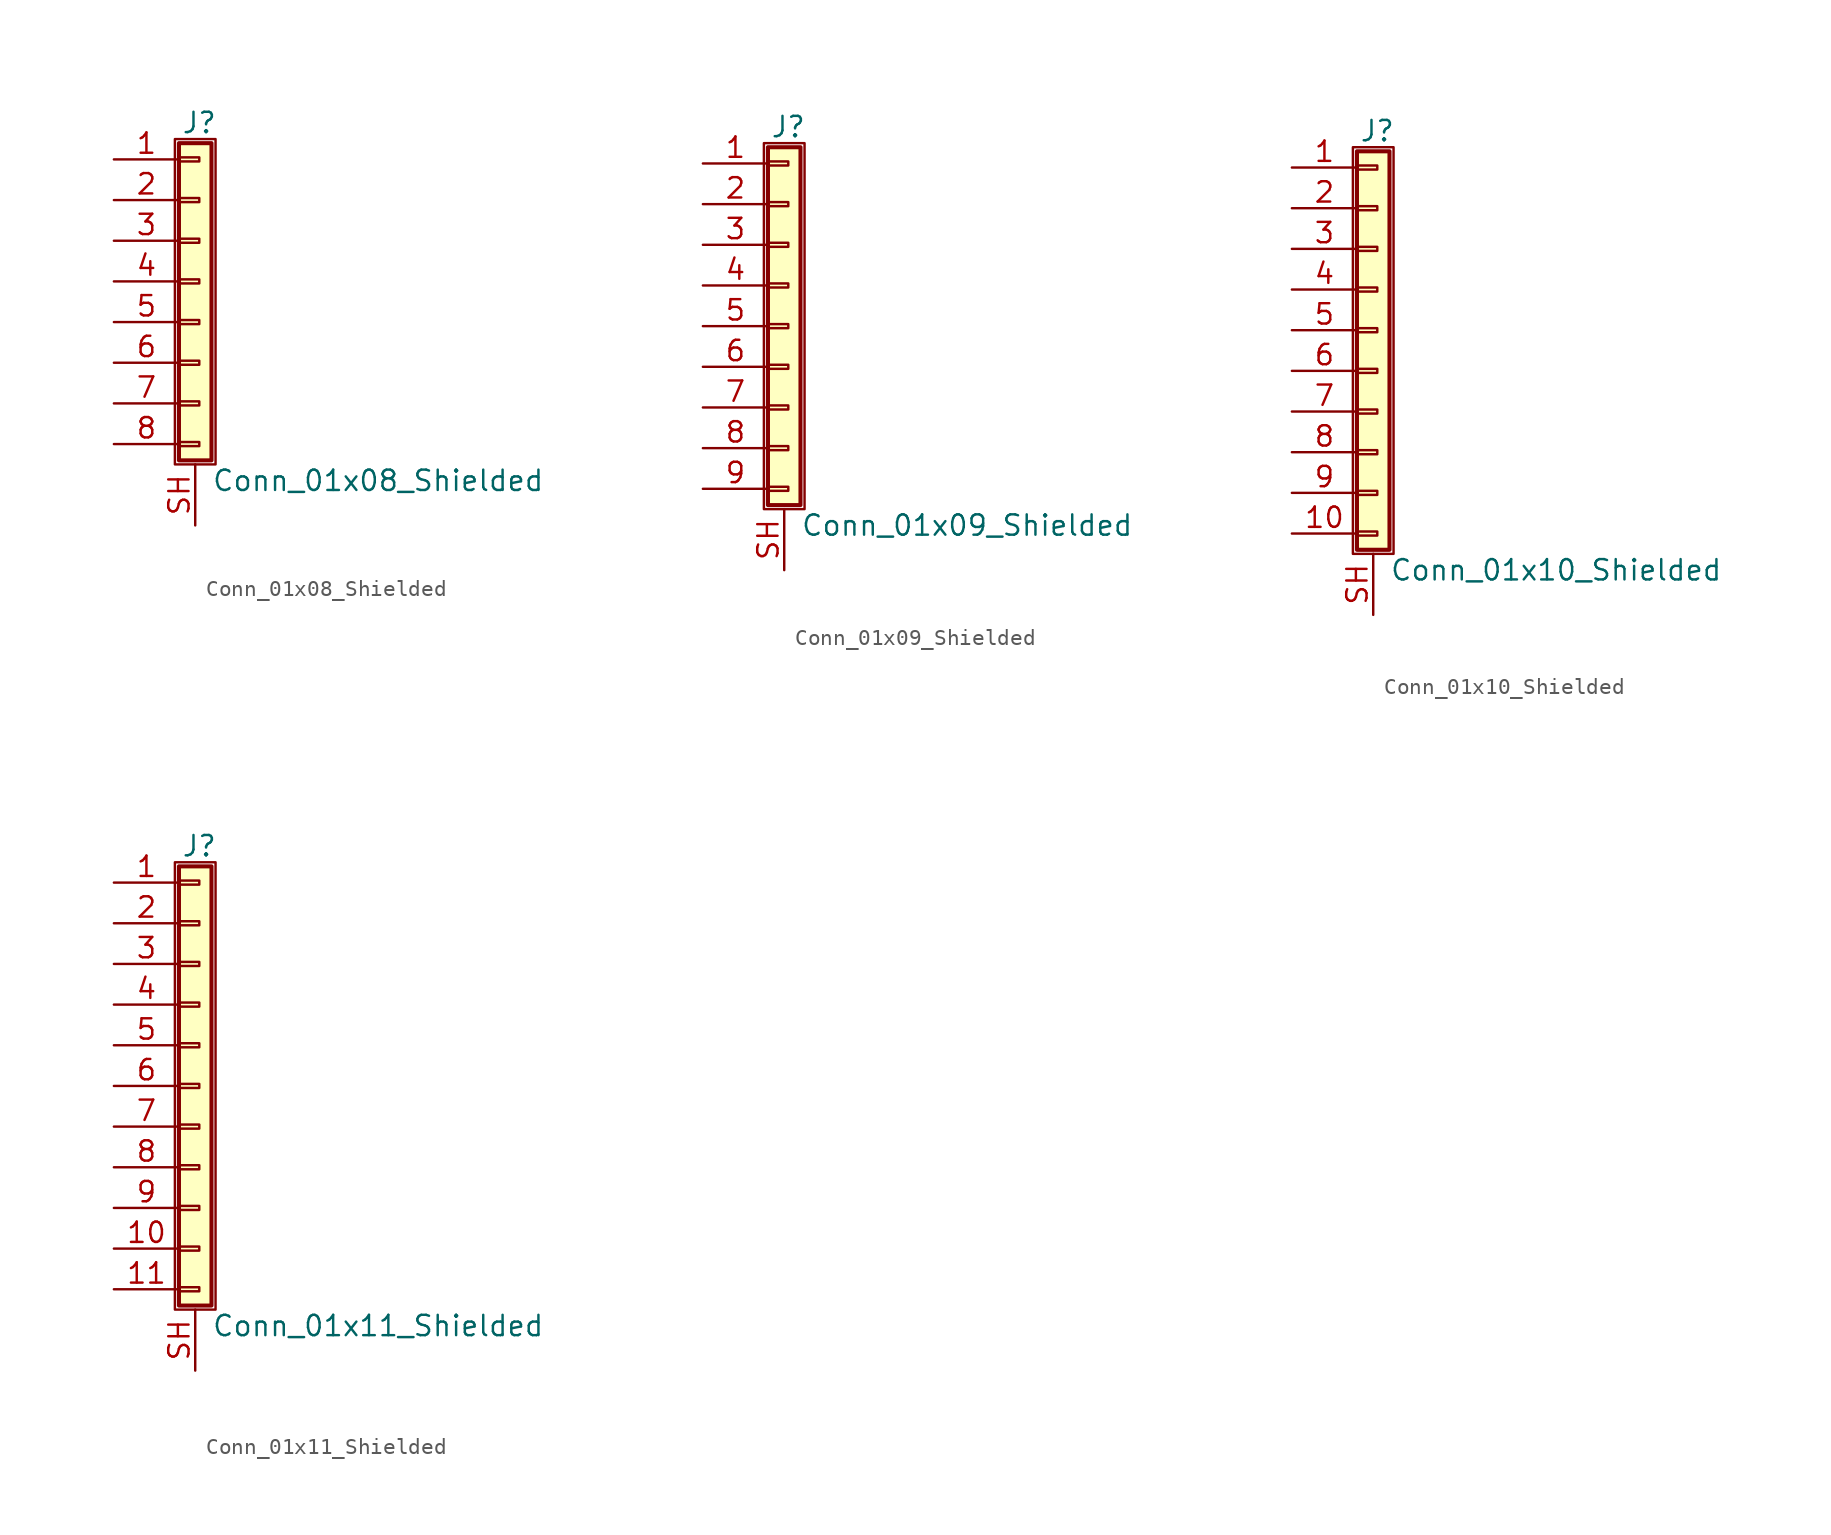
<source format=kicad_sym>
(kicad_symbol_lib
  (version 20211014)
  (generator kicad_symbol_editor)
  (symbol "Conn_01x08_Shielded"
    (pin_names
      (offset 1.016) hide)
    (property "Reference" "J"
      (at 0.254 9.906 0)
      (effects (font (size 1.27 1.27))))
    (property "Value" "Conn_01x08_Shielded"
      (at 1.016 -12.446 0)
      (effects (font (size 1.27 1.27)) (justify left)))
    (symbol "Conn_01x08_Shielded_1_1"
      (rectangle (start -1.27 8.89) (end 1.27 -11.43) (stroke (width 0.152) (type default) (color 0 0 0 0)) (fill (type none)))
      (rectangle (start -1.016 -10.033) (end 0.254 -10.287) (stroke (width 0.152) (type default) (color 0 0 0 0)) (fill (type none)))
      (rectangle (start -1.016 -7.493) (end 0.254 -7.747) (stroke (width 0.152) (type default) (color 0 0 0 0)) (fill (type none)))
      (rectangle (start -1.016 -4.953) (end 0.254 -5.207) (stroke (width 0.152) (type default) (color 0 0 0 0)) (fill (type none)))
      (rectangle (start -1.016 -2.413) (end 0.254 -2.667) (stroke (width 0.152) (type default) (color 0 0 0 0)) (fill (type none)))
      (rectangle (start -1.016 0.127) (end 0.254 -0.127) (stroke (width 0.152) (type default) (color 0 0 0 0)) (fill (type none)))
      (rectangle (start -1.016 2.667) (end 0.254 2.413) (stroke (width 0.152) (type default) (color 0 0 0 0)) (fill (type none)))
      (rectangle (start -1.016 5.207) (end 0.254 4.953) (stroke (width 0.152) (type default) (color 0 0 0 0)) (fill (type none)))
      (rectangle (start -1.016 7.747) (end 0.254 7.493) (stroke (width 0.152) (type default) (color 0 0 0 0)) (fill (type none)))
      (rectangle (start -1.016 8.636) (end 1.016 -11.176) (stroke (width 0.254) (type default) (color 0 0 0 0)) (fill (type background)))
      (pin passive line (at -5.08 7.62 0) (length 4.064) (name "Pin_1" (effects (font (size 1.27 1.27)))) (number "1" (effects (font (size 1.27 1.27)))))
      (pin passive line (at -5.08 5.08 0) (length 4.064) (name "Pin_2" (effects (font (size 1.27 1.27)))) (number "2" (effects (font (size 1.27 1.27)))))
      (pin passive line (at -5.08 2.54 0) (length 4.064) (name "Pin_3" (effects (font (size 1.27 1.27)))) (number "3" (effects (font (size 1.27 1.27)))))
      (pin passive line (at -5.08 0 0) (length 4.064) (name "Pin_4" (effects (font (size 1.27 1.27)))) (number "4" (effects (font (size 1.27 1.27)))))
      (pin passive line (at -5.08 -2.54 0) (length 4.064) (name "Pin_5" (effects (font (size 1.27 1.27)))) (number "5" (effects (font (size 1.27 1.27)))))
      (pin passive line (at -5.08 -5.08 0) (length 4.064) (name "Pin_6" (effects (font (size 1.27 1.27)))) (number "6" (effects (font (size 1.27 1.27)))))
      (pin passive line (at -5.08 -7.62 0) (length 4.064) (name "Pin_7" (effects (font (size 1.27 1.27)))) (number "7" (effects (font (size 1.27 1.27)))))
      (pin passive line (at -5.08 -10.16 0) (length 4.064) (name "Pin_8" (effects (font (size 1.27 1.27)))) (number "8" (effects (font (size 1.27 1.27)))))
      (pin passive line (at 0 -15.24 90) (length 3.81) (name "Shield" (effects (font (size 1.27 1.27)))) (number "SH" (effects (font (size 1.27 1.27)))))))
  (symbol "Conn_01x09_Shielded"
    (pin_names
      (offset 1.016) hide)
    (property "Reference" "J"
      (at 0.254 12.446 0)
      (effects (font (size 1.27 1.27))))
    (property "Value" "Conn_01x09_Shielded"
      (at 1.016 -12.446 0)
      (effects (font (size 1.27 1.27)) (justify left)))
    (symbol "Conn_01x09_Shielded_1_1"
      (rectangle (start -1.27 11.43) (end 1.27 -11.43) (stroke (width 0.152) (type default) (color 0 0 0 0)) (fill (type none)))
      (rectangle (start -1.016 -10.033) (end 0.254 -10.287) (stroke (width 0.152) (type default) (color 0 0 0 0)) (fill (type none)))
      (rectangle (start -1.016 -7.493) (end 0.254 -7.747) (stroke (width 0.152) (type default) (color 0 0 0 0)) (fill (type none)))
      (rectangle (start -1.016 -4.953) (end 0.254 -5.207) (stroke (width 0.152) (type default) (color 0 0 0 0)) (fill (type none)))
      (rectangle (start -1.016 -2.413) (end 0.254 -2.667) (stroke (width 0.152) (type default) (color 0 0 0 0)) (fill (type none)))
      (rectangle (start -1.016 0.127) (end 0.254 -0.127) (stroke (width 0.152) (type default) (color 0 0 0 0)) (fill (type none)))
      (rectangle (start -1.016 2.667) (end 0.254 2.413) (stroke (width 0.152) (type default) (color 0 0 0 0)) (fill (type none)))
      (rectangle (start -1.016 5.207) (end 0.254 4.953) (stroke (width 0.152) (type default) (color 0 0 0 0)) (fill (type none)))
      (rectangle (start -1.016 7.747) (end 0.254 7.493) (stroke (width 0.152) (type default) (color 0 0 0 0)) (fill (type none)))
      (rectangle (start -1.016 10.287) (end 0.254 10.033) (stroke (width 0.152) (type default) (color 0 0 0 0)) (fill (type none)))
      (rectangle (start -1.016 11.176) (end 1.016 -11.176) (stroke (width 0.254) (type default) (color 0 0 0 0)) (fill (type background)))
      (pin passive line (at -5.08 10.16 0) (length 4.064) (name "Pin_1" (effects (font (size 1.27 1.27)))) (number "1" (effects (font (size 1.27 1.27)))))
      (pin passive line (at -5.08 7.62 0) (length 4.064) (name "Pin_2" (effects (font (size 1.27 1.27)))) (number "2" (effects (font (size 1.27 1.27)))))
      (pin passive line (at -5.08 5.08 0) (length 4.064) (name "Pin_3" (effects (font (size 1.27 1.27)))) (number "3" (effects (font (size 1.27 1.27)))))
      (pin passive line (at -5.08 2.54 0) (length 4.064) (name "Pin_4" (effects (font (size 1.27 1.27)))) (number "4" (effects (font (size 1.27 1.27)))))
      (pin passive line (at -5.08 0 0) (length 4.064) (name "Pin_5" (effects (font (size 1.27 1.27)))) (number "5" (effects (font (size 1.27 1.27)))))
      (pin passive line (at -5.08 -2.54 0) (length 4.064) (name "Pin_6" (effects (font (size 1.27 1.27)))) (number "6" (effects (font (size 1.27 1.27)))))
      (pin passive line (at -5.08 -5.08 0) (length 4.064) (name "Pin_7" (effects (font (size 1.27 1.27)))) (number "7" (effects (font (size 1.27 1.27)))))
      (pin passive line (at -5.08 -7.62 0) (length 4.064) (name "Pin_8" (effects (font (size 1.27 1.27)))) (number "8" (effects (font (size 1.27 1.27)))))
      (pin passive line (at -5.08 -10.16 0) (length 4.064) (name "Pin_9" (effects (font (size 1.27 1.27)))) (number "9" (effects (font (size 1.27 1.27)))))
      (pin passive line (at 0 -15.24 90) (length 3.81) (name "Shield" (effects (font (size 1.27 1.27)))) (number "SH" (effects (font (size 1.27 1.27)))))))
  (symbol "Conn_01x10_Shielded"
    (pin_names
      (offset 1.016) hide)
    (property "Reference" "J"
      (at 0.254 12.446 0)
      (effects (font (size 1.27 1.27))))
    (property "Value" "Conn_01x10_Shielded"
      (at 1.016 -14.986 0)
      (effects (font (size 1.27 1.27)) (justify left)))
    (symbol "Conn_01x10_Shielded_1_1"
      (rectangle (start -1.27 11.43) (end 1.27 -13.97) (stroke (width 0.152) (type default) (color 0 0 0 0)) (fill (type none)))
      (rectangle (start -1.016 -12.573) (end 0.254 -12.827) (stroke (width 0.152) (type default) (color 0 0 0 0)) (fill (type none)))
      (rectangle (start -1.016 -10.033) (end 0.254 -10.287) (stroke (width 0.152) (type default) (color 0 0 0 0)) (fill (type none)))
      (rectangle (start -1.016 -7.493) (end 0.254 -7.747) (stroke (width 0.152) (type default) (color 0 0 0 0)) (fill (type none)))
      (rectangle (start -1.016 -4.953) (end 0.254 -5.207) (stroke (width 0.152) (type default) (color 0 0 0 0)) (fill (type none)))
      (rectangle (start -1.016 -2.413) (end 0.254 -2.667) (stroke (width 0.152) (type default) (color 0 0 0 0)) (fill (type none)))
      (rectangle (start -1.016 0.127) (end 0.254 -0.127) (stroke (width 0.152) (type default) (color 0 0 0 0)) (fill (type none)))
      (rectangle (start -1.016 2.667) (end 0.254 2.413) (stroke (width 0.152) (type default) (color 0 0 0 0)) (fill (type none)))
      (rectangle (start -1.016 5.207) (end 0.254 4.953) (stroke (width 0.152) (type default) (color 0 0 0 0)) (fill (type none)))
      (rectangle (start -1.016 7.747) (end 0.254 7.493) (stroke (width 0.152) (type default) (color 0 0 0 0)) (fill (type none)))
      (rectangle (start -1.016 10.287) (end 0.254 10.033) (stroke (width 0.152) (type default) (color 0 0 0 0)) (fill (type none)))
      (rectangle (start -1.016 11.176) (end 1.016 -13.716) (stroke (width 0.254) (type default) (color 0 0 0 0)) (fill (type background)))
      (pin passive line (at -5.08 10.16 0) (length 4.064) (name "Pin_1" (effects (font (size 1.27 1.27)))) (number "1" (effects (font (size 1.27 1.27)))))
      (pin passive line (at -5.08 -12.7 0) (length 4.064) (name "Pin_10" (effects (font (size 1.27 1.27)))) (number "10" (effects (font (size 1.27 1.27)))))
      (pin passive line (at -5.08 7.62 0) (length 4.064) (name "Pin_2" (effects (font (size 1.27 1.27)))) (number "2" (effects (font (size 1.27 1.27)))))
      (pin passive line (at -5.08 5.08 0) (length 4.064) (name "Pin_3" (effects (font (size 1.27 1.27)))) (number "3" (effects (font (size 1.27 1.27)))))
      (pin passive line (at -5.08 2.54 0) (length 4.064) (name "Pin_4" (effects (font (size 1.27 1.27)))) (number "4" (effects (font (size 1.27 1.27)))))
      (pin passive line (at -5.08 0 0) (length 4.064) (name "Pin_5" (effects (font (size 1.27 1.27)))) (number "5" (effects (font (size 1.27 1.27)))))
      (pin passive line (at -5.08 -2.54 0) (length 4.064) (name "Pin_6" (effects (font (size 1.27 1.27)))) (number "6" (effects (font (size 1.27 1.27)))))
      (pin passive line (at -5.08 -5.08 0) (length 4.064) (name "Pin_7" (effects (font (size 1.27 1.27)))) (number "7" (effects (font (size 1.27 1.27)))))
      (pin passive line (at -5.08 -7.62 0) (length 4.064) (name "Pin_8" (effects (font (size 1.27 1.27)))) (number "8" (effects (font (size 1.27 1.27)))))
      (pin passive line (at -5.08 -10.16 0) (length 4.064) (name "Pin_9" (effects (font (size 1.27 1.27)))) (number "9" (effects (font (size 1.27 1.27)))))
      (pin passive line (at 0 -17.78 90) (length 3.81) (name "Shield" (effects (font (size 1.27 1.27)))) (number "SH" (effects (font (size 1.27 1.27)))))))
  (symbol "Conn_01x11_Shielded"
    (pin_names
      (offset 1.016) hide)
    (property "Reference" "J"
      (at 0.254 14.986 0)
      (effects (font (size 1.27 1.27))))
    (property "Value" "Conn_01x11_Shielded"
      (at 1.016 -14.986 0)
      (effects (font (size 1.27 1.27)) (justify left)))
    (symbol "Conn_01x11_Shielded_1_1"
      (rectangle (start -1.27 13.97) (end 1.27 -13.97) (stroke (width 0.152) (type default) (color 0 0 0 0)) (fill (type none)))
      (rectangle (start -1.016 -12.573) (end 0.254 -12.827) (stroke (width 0.152) (type default) (color 0 0 0 0)) (fill (type none)))
      (rectangle (start -1.016 -10.033) (end 0.254 -10.287) (stroke (width 0.152) (type default) (color 0 0 0 0)) (fill (type none)))
      (rectangle (start -1.016 -7.493) (end 0.254 -7.747) (stroke (width 0.152) (type default) (color 0 0 0 0)) (fill (type none)))
      (rectangle (start -1.016 -4.953) (end 0.254 -5.207) (stroke (width 0.152) (type default) (color 0 0 0 0)) (fill (type none)))
      (rectangle (start -1.016 -2.413) (end 0.254 -2.667) (stroke (width 0.152) (type default) (color 0 0 0 0)) (fill (type none)))
      (rectangle (start -1.016 0.127) (end 0.254 -0.127) (stroke (width 0.152) (type default) (color 0 0 0 0)) (fill (type none)))
      (rectangle (start -1.016 2.667) (end 0.254 2.413) (stroke (width 0.152) (type default) (color 0 0 0 0)) (fill (type none)))
      (rectangle (start -1.016 5.207) (end 0.254 4.953) (stroke (width 0.152) (type default) (color 0 0 0 0)) (fill (type none)))
      (rectangle (start -1.016 7.747) (end 0.254 7.493) (stroke (width 0.152) (type default) (color 0 0 0 0)) (fill (type none)))
      (rectangle (start -1.016 10.287) (end 0.254 10.033) (stroke (width 0.152) (type default) (color 0 0 0 0)) (fill (type none)))
      (rectangle (start -1.016 12.827) (end 0.254 12.573) (stroke (width 0.152) (type default) (color 0 0 0 0)) (fill (type none)))
      (rectangle (start -1.016 13.716) (end 1.016 -13.716) (stroke (width 0.254) (type default) (color 0 0 0 0)) (fill (type background)))
      (pin passive line (at -5.08 12.7 0) (length 4.064) (name "Pin_1" (effects (font (size 1.27 1.27)))) (number "1" (effects (font (size 1.27 1.27)))))
      (pin passive line (at -5.08 -10.16 0) (length 4.064) (name "Pin_10" (effects (font (size 1.27 1.27)))) (number "10" (effects (font (size 1.27 1.27)))))
      (pin passive line (at -5.08 -12.7 0) (length 4.064) (name "Pin_11" (effects (font (size 1.27 1.27)))) (number "11" (effects (font (size 1.27 1.27)))))
      (pin passive line (at -5.08 10.16 0) (length 4.064) (name "Pin_2" (effects (font (size 1.27 1.27)))) (number "2" (effects (font (size 1.27 1.27)))))
      (pin passive line (at -5.08 7.62 0) (length 4.064) (name "Pin_3" (effects (font (size 1.27 1.27)))) (number "3" (effects (font (size 1.27 1.27)))))
      (pin passive line (at -5.08 5.08 0) (length 4.064) (name "Pin_4" (effects (font (size 1.27 1.27)))) (number "4" (effects (font (size 1.27 1.27)))))
      (pin passive line (at -5.08 2.54 0) (length 4.064) (name "Pin_5" (effects (font (size 1.27 1.27)))) (number "5" (effects (font (size 1.27 1.27)))))
      (pin passive line (at -5.08 0 0) (length 4.064) (name "Pin_6" (effects (font (size 1.27 1.27)))) (number "6" (effects (font (size 1.27 1.27)))))
      (pin passive line (at -5.08 -2.54 0) (length 4.064) (name "Pin_7" (effects (font (size 1.27 1.27)))) (number "7" (effects (font (size 1.27 1.27)))))
      (pin passive line (at -5.08 -5.08 0) (length 4.064) (name "Pin_8" (effects (font (size 1.27 1.27)))) (number "8" (effects (font (size 1.27 1.27)))))
      (pin passive line (at -5.08 -7.62 0) (length 4.064) (name "Pin_9" (effects (font (size 1.27 1.27)))) (number "9" (effects (font (size 1.27 1.27)))))
      (pin passive line (at 0 -17.78 90) (length 3.81) (name "Shield" (effects (font (size 1.27 1.27)))) (number "SH" (effects (font (size 1.27 1.27))))))))
</source>
